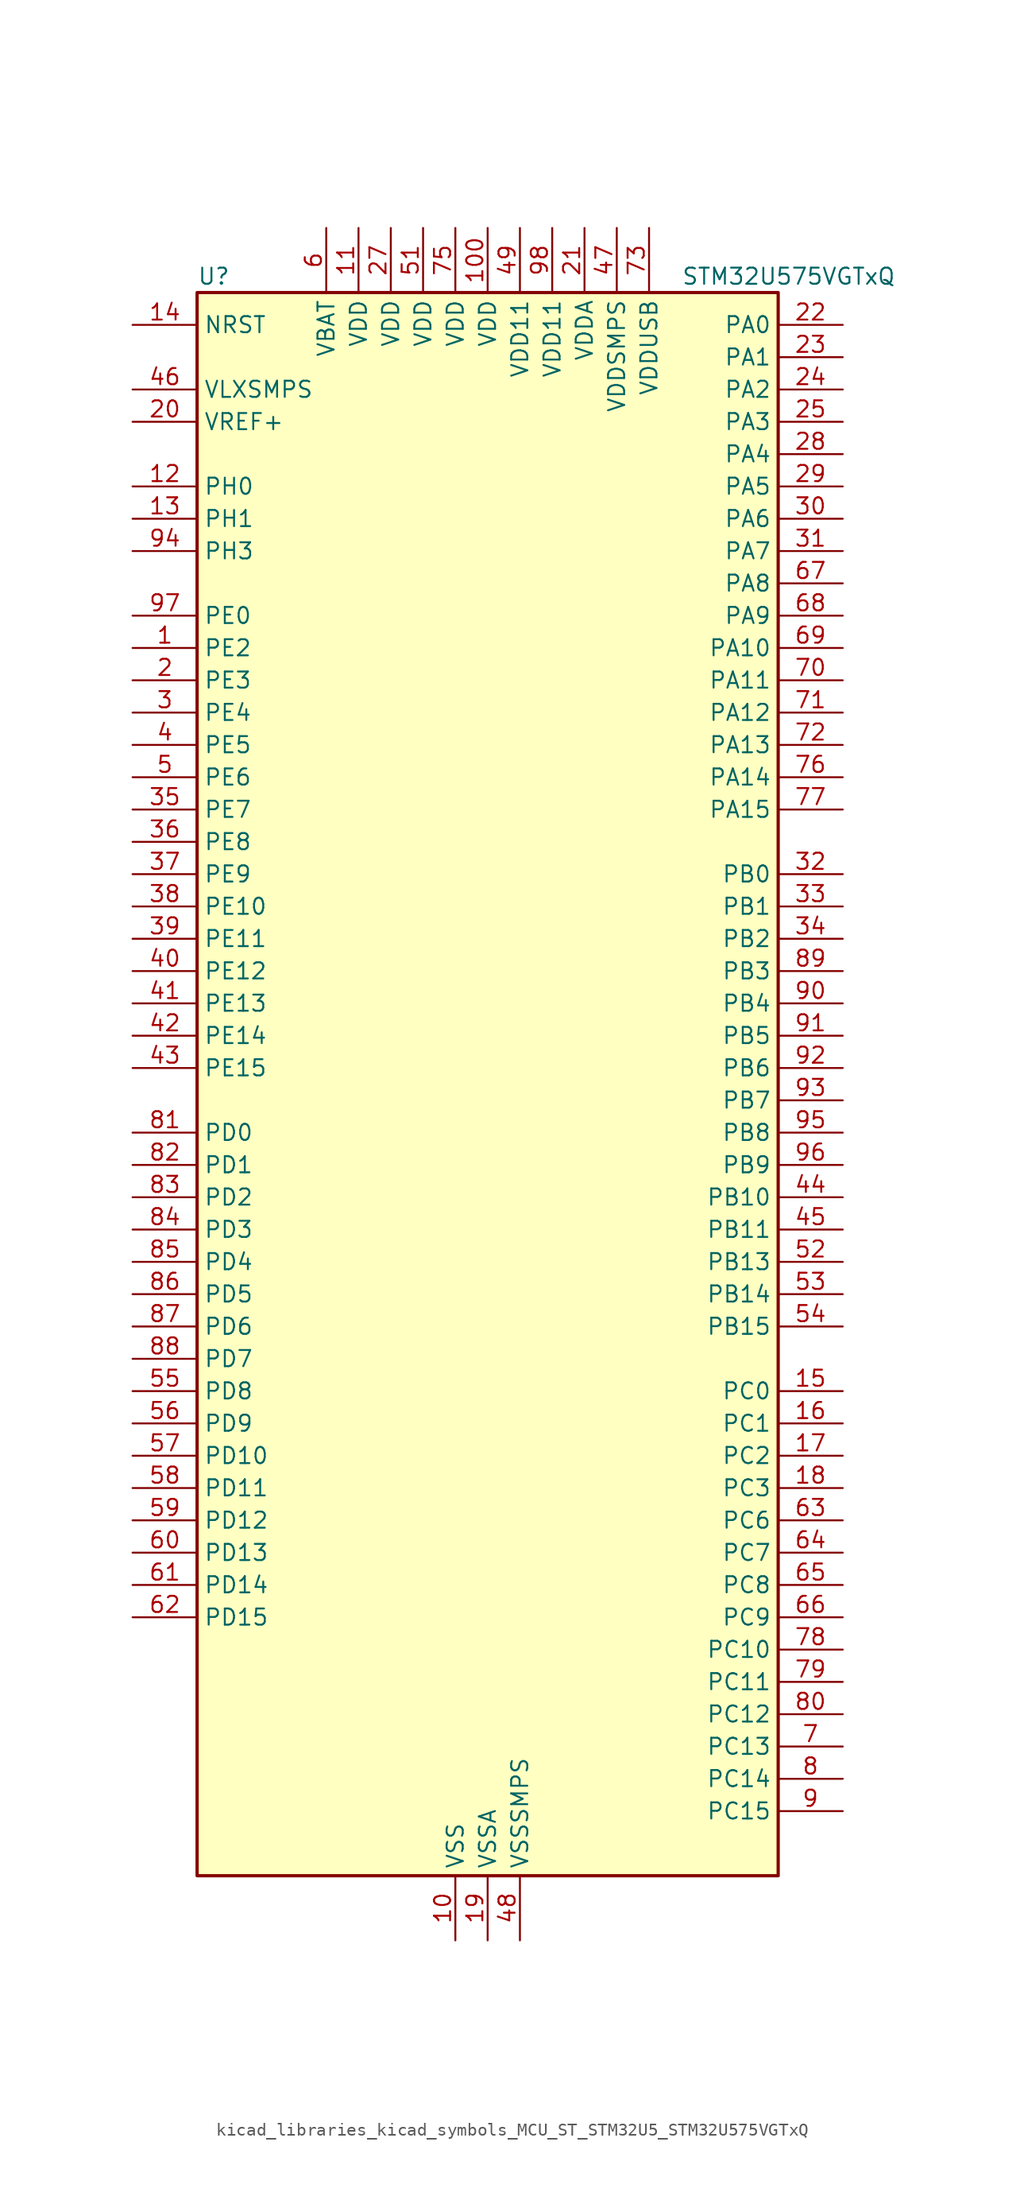
<source format=kicad_sym>
(kicad_symbol_lib
  (version 20220914)
  (generator kicad_symbol_editor)
  (symbol "kicad_libraries_kicad_symbols_MCU_ST_STM32U5_STM32U575VGTxQ"
    (property "Reference" "U"
      (at -22.86 64.77 0)
      (effects (font (size 1.27 1.27)) (justify left)))
    (property "Value" "STM32U575VGTxQ"
      (at 15.24 64.77 0)
      (effects (font (size 1.27 1.27)) (justify left)))
    (property "ki_locked" ""
      (at 0 0 0)
      (effects (font (size 1.27 1.27))))
    (symbol "kicad_libraries_kicad_symbols_MCU_ST_STM32U5_STM32U575VGTxQ_0_1"
      (rectangle (start -22.86 -60.96) (end 22.86 63.5) (stroke (width 0.254) (type default)) (fill (type background))))
    (symbol "kicad_libraries_kicad_symbols_MCU_ST_STM32U5_STM32U575VGTxQ_1_1"
      (pin bidirectional line (at -27.94 35.56 0) (length 5.08) (name "PE2" (effects (font (size 1.27 1.27)))) (number "1" (effects (font (size 1.27 1.27)))) (alternate "DEBUG_TRACECLK" bidirectional line) (alternate "FMC_A23" bidirectional line) (alternate "SAI1_CK1" bidirectional line) (alternate "SAI1_MCLK_A" bidirectional line) (alternate "TIM3_ETR" bidirectional line) (alternate "TSC_G7_IO1" bidirectional line))
      (pin power_in line (at -2.54 -66.04 90) (length 5.08) (name "VSS" (effects (font (size 1.27 1.27)))) (number "10" (effects (font (size 1.27 1.27)))))
      (pin power_in line (at 0 68.58 270) (length 5.08) (name "VDD" (effects (font (size 1.27 1.27)))) (number "100" (effects (font (size 1.27 1.27)))))
      (pin power_in line (at -10.16 68.58 270) (length 5.08) (name "VDD" (effects (font (size 1.27 1.27)))) (number "11" (effects (font (size 1.27 1.27)))))
      (pin bidirectional line (at -27.94 48.26 0) (length 5.08) (name "PH0" (effects (font (size 1.27 1.27)))) (number "12" (effects (font (size 1.27 1.27)))) (alternate "RCC_OSC_IN" bidirectional line))
      (pin bidirectional line (at -27.94 45.72 0) (length 5.08) (name "PH1" (effects (font (size 1.27 1.27)))) (number "13" (effects (font (size 1.27 1.27)))) (alternate "RCC_OSC_OUT" bidirectional line))
      (pin input line (at -27.94 60.96 0) (length 5.08) (name "NRST" (effects (font (size 1.27 1.27)))) (number "14" (effects (font (size 1.27 1.27)))))
      (pin bidirectional line (at 27.94 -22.86 180) (length 5.08) (name "PC0" (effects (font (size 1.27 1.27)))) (number "15" (effects (font (size 1.27 1.27)))) (alternate "ADC1_IN1" bidirectional line) (alternate "ADC4_IN1" bidirectional line) (alternate "I2C3_SCL" bidirectional line) (alternate "LPTIM1_IN1" bidirectional line) (alternate "LPTIM2_IN1" bidirectional line) (alternate "LPUART1_RX" bidirectional line) (alternate "MDF1_SDI4" bidirectional line) (alternate "OCTOSPIM_P1_IO7" bidirectional line) (alternate "SAI2_FS_A" bidirectional line) (alternate "SDMMC1_D5" bidirectional line) (alternate "SPI2_RDY" bidirectional line))
      (pin bidirectional line (at 27.94 -25.4 180) (length 5.08) (name "PC1" (effects (font (size 1.27 1.27)))) (number "16" (effects (font (size 1.27 1.27)))) (alternate "ADC1_IN2" bidirectional line) (alternate "ADC4_IN2" bidirectional line) (alternate "DEBUG_TRACED0" bidirectional line) (alternate "I2C3_SDA" bidirectional line) (alternate "LPTIM1_CH1" bidirectional line) (alternate "LPUART1_TX" bidirectional line) (alternate "MDF1_CKI4" bidirectional line) (alternate "OCTOSPIM_P1_IO4" bidirectional line) (alternate "SAI1_SD_A" bidirectional line) (alternate "SDMMC2_CK" bidirectional line) (alternate "SPI2_MOSI" bidirectional line))
      (pin bidirectional line (at 27.94 -27.94 180) (length 5.08) (name "PC2" (effects (font (size 1.27 1.27)))) (number "17" (effects (font (size 1.27 1.27)))) (alternate "ADC1_IN3" bidirectional line) (alternate "ADC4_IN3" bidirectional line) (alternate "LPTIM1_IN2" bidirectional line) (alternate "MDF1_CCK1" bidirectional line) (alternate "OCTOSPIM_P1_IO5" bidirectional line) (alternate "SPI2_MISO" bidirectional line))
      (pin bidirectional line (at 27.94 -30.48 180) (length 5.08) (name "PC3" (effects (font (size 1.27 1.27)))) (number "18" (effects (font (size 1.27 1.27)))) (alternate "ADC1_IN4" bidirectional line) (alternate "ADC4_IN4" bidirectional line) (alternate "LPTIM1_ETR" bidirectional line) (alternate "LPTIM2_ETR" bidirectional line) (alternate "LPTIM3_CH1" bidirectional line) (alternate "OCTOSPIM_P1_IO6" bidirectional line) (alternate "SAI1_D1" bidirectional line) (alternate "SAI1_SD_A" bidirectional line) (alternate "SPI2_MOSI" bidirectional line))
      (pin power_in line (at 0 -66.04 90) (length 5.08) (name "VSSA" (effects (font (size 1.27 1.27)))) (number "19" (effects (font (size 1.27 1.27)))))
      (pin bidirectional line (at -27.94 33.02 0) (length 5.08) (name "PE3" (effects (font (size 1.27 1.27)))) (number "2" (effects (font (size 1.27 1.27)))) (alternate "DEBUG_TRACED0" bidirectional line) (alternate "FMC_A19" bidirectional line) (alternate "OCTOSPIM_P1_DQS" bidirectional line) (alternate "SAI1_SD_B" bidirectional line) (alternate "TAMP_IN6" bidirectional line) (alternate "TAMP_OUT3" bidirectional line) (alternate "TIM3_CH1" bidirectional line) (alternate "TSC_G7_IO2" bidirectional line))
      (pin input line (at -27.94 53.34 0) (length 5.08) (name "VREF+" (effects (font (size 1.27 1.27)))) (number "20" (effects (font (size 1.27 1.27)))) (alternate "VREFBUF_OUT" bidirectional line))
      (pin power_in line (at 7.62 68.58 270) (length 5.08) (name "VDDA" (effects (font (size 1.27 1.27)))) (number "21" (effects (font (size 1.27 1.27)))))
      (pin bidirectional line (at 27.94 60.96 180) (length 5.08) (name "PA0" (effects (font (size 1.27 1.27)))) (number "22" (effects (font (size 1.27 1.27)))) (alternate "ADC1_IN5" bidirectional line) (alternate "AUDIOCLK" bidirectional line) (alternate "OCTOSPIM_P2_NCS" bidirectional line) (alternate "OPAMP1_VINP" bidirectional line) (alternate "PWR_WKUP1" bidirectional line) (alternate "SDMMC2_CMD" bidirectional line) (alternate "SPI3_RDY" bidirectional line) (alternate "TAMP_IN2" bidirectional line) (alternate "TAMP_OUT1" bidirectional line) (alternate "TIM2_CH1" bidirectional line) (alternate "TIM2_ETR" bidirectional line) (alternate "TIM5_CH1" bidirectional line) (alternate "TIM8_ETR" bidirectional line) (alternate "UART4_TX" bidirectional line) (alternate "USART2_CTS" bidirectional line))
      (pin bidirectional line (at 27.94 58.42 180) (length 5.08) (name "PA1" (effects (font (size 1.27 1.27)))) (number "23" (effects (font (size 1.27 1.27)))) (alternate "ADC1_IN6" bidirectional line) (alternate "I2C1_SMBA" bidirectional line) (alternate "LPTIM1_CH2" bidirectional line) (alternate "OCTOSPIM_P1_DQS" bidirectional line) (alternate "OPAMP1_VINM" bidirectional line) (alternate "PWR_WKUP3" bidirectional line) (alternate "SPI1_SCK" bidirectional line) (alternate "TAMP_IN5" bidirectional line) (alternate "TAMP_OUT4" bidirectional line) (alternate "TIM15_CH1N" bidirectional line) (alternate "TIM2_CH2" bidirectional line) (alternate "TIM5_CH2" bidirectional line) (alternate "UART4_RX" bidirectional line) (alternate "USART2_DE" bidirectional line) (alternate "USART2_RTS" bidirectional line))
      (pin bidirectional line (at 27.94 55.88 180) (length 5.08) (name "PA2" (effects (font (size 1.27 1.27)))) (number "24" (effects (font (size 1.27 1.27)))) (alternate "ADC1_IN7" bidirectional line) (alternate "COMP1_INP" bidirectional line) (alternate "LPUART1_TX" bidirectional line) (alternate "OCTOSPIM_P1_NCS" bidirectional line) (alternate "PWR_WKUP4" bidirectional line) (alternate "RCC_LSCO" bidirectional line) (alternate "SPI1_RDY" bidirectional line) (alternate "TIM15_CH1" bidirectional line) (alternate "TIM2_CH3" bidirectional line) (alternate "TIM5_CH3" bidirectional line) (alternate "UCPD1_FRSTX1" bidirectional line) (alternate "USART2_TX" bidirectional line))
      (pin bidirectional line (at 27.94 53.34 180) (length 5.08) (name "PA3" (effects (font (size 1.27 1.27)))) (number "25" (effects (font (size 1.27 1.27)))) (alternate "ADC1_IN8" bidirectional line) (alternate "LPUART1_RX" bidirectional line) (alternate "OCTOSPIM_P1_CLK" bidirectional line) (alternate "OPAMP1_VOUT" bidirectional line) (alternate "PWR_WKUP5" bidirectional line) (alternate "SAI1_CK1" bidirectional line) (alternate "SAI1_MCLK_A" bidirectional line) (alternate "TIM15_CH2" bidirectional line) (alternate "TIM2_CH4" bidirectional line) (alternate "TIM5_CH4" bidirectional line) (alternate "USART2_RX" bidirectional line))
      (pin passive line (at -2.54 -66.04 90) (length 5.08) hide (name "VSS" (effects (font (size 1.27 1.27)))) (number "26" (effects (font (size 1.27 1.27)))))
      (pin power_in line (at -7.62 68.58 270) (length 5.08) (name "VDD" (effects (font (size 1.27 1.27)))) (number "27" (effects (font (size 1.27 1.27)))))
      (pin bidirectional line (at 27.94 50.8 180) (length 5.08) (name "PA4" (effects (font (size 1.27 1.27)))) (number "28" (effects (font (size 1.27 1.27)))) (alternate "ADC1_IN9" bidirectional line) (alternate "ADC4_IN9" bidirectional line) (alternate "DAC1_OUT1" bidirectional line) (alternate "DCMI_HSYNC" bidirectional line) (alternate "LPTIM2_CH1" bidirectional line) (alternate "OCTOSPIM_P1_NCS" bidirectional line) (alternate "PSSI_DE" bidirectional line) (alternate "PWR_WKUP2" bidirectional line) (alternate "SAI1_FS_B" bidirectional line) (alternate "SPI1_NSS" bidirectional line) (alternate "SPI3_NSS" bidirectional line) (alternate "USART2_CK" bidirectional line))
      (pin bidirectional line (at 27.94 48.26 180) (length 5.08) (name "PA5" (effects (font (size 1.27 1.27)))) (number "29" (effects (font (size 1.27 1.27)))) (alternate "ADC1_IN10" bidirectional line) (alternate "ADC4_IN10" bidirectional line) (alternate "DAC1_OUT2" bidirectional line) (alternate "LPTIM2_ETR" bidirectional line) (alternate "PSSI_D14" bidirectional line) (alternate "PWR_CSLEEP" bidirectional line) (alternate "PWR_WKUP6" bidirectional line) (alternate "SPI1_SCK" bidirectional line) (alternate "TIM2_CH1" bidirectional line) (alternate "TIM2_ETR" bidirectional line) (alternate "TIM8_CH1N" bidirectional line) (alternate "USART3_RX" bidirectional line))
      (pin bidirectional line (at -27.94 30.48 0) (length 5.08) (name "PE4" (effects (font (size 1.27 1.27)))) (number "3" (effects (font (size 1.27 1.27)))) (alternate "DCMI_D4" bidirectional line) (alternate "DEBUG_TRACED1" bidirectional line) (alternate "FMC_A20" bidirectional line) (alternate "MDF1_SDI3" bidirectional line) (alternate "PSSI_D4" bidirectional line) (alternate "PWR_WKUP1" bidirectional line) (alternate "SAI1_D2" bidirectional line) (alternate "SAI1_FS_A" bidirectional line) (alternate "TAMP_IN7" bidirectional line) (alternate "TAMP_OUT8" bidirectional line) (alternate "TIM3_CH2" bidirectional line) (alternate "TSC_G7_IO3" bidirectional line))
      (pin bidirectional line (at 27.94 45.72 180) (length 5.08) (name "PA6" (effects (font (size 1.27 1.27)))) (number "30" (effects (font (size 1.27 1.27)))) (alternate "ADC1_IN11" bidirectional line) (alternate "ADC4_IN11" bidirectional line) (alternate "DCMI_PIXCLK" bidirectional line) (alternate "LPUART1_CTS" bidirectional line) (alternate "OCTOSPIM_P1_IO3" bidirectional line) (alternate "OPAMP2_VINP" bidirectional line) (alternate "PSSI_PDCK" bidirectional line) (alternate "PWR_CDSTOP" bidirectional line) (alternate "PWR_WKUP7" bidirectional line) (alternate "SPI1_MISO" bidirectional line) (alternate "TIM16_CH1" bidirectional line) (alternate "TIM1_BKIN" bidirectional line) (alternate "TIM3_CH1" bidirectional line) (alternate "TIM8_BKIN" bidirectional line) (alternate "USART3_CTS" bidirectional line))
      (pin bidirectional line (at 27.94 43.18 180) (length 5.08) (name "PA7" (effects (font (size 1.27 1.27)))) (number "31" (effects (font (size 1.27 1.27)))) (alternate "ADC1_IN12" bidirectional line) (alternate "ADC4_IN20" bidirectional line) (alternate "I2C3_SCL" bidirectional line) (alternate "LPTIM2_CH2" bidirectional line) (alternate "OCTOSPIM_P1_IO2" bidirectional line) (alternate "OPAMP2_VINM" bidirectional line) (alternate "PWR_SRDSTOP" bidirectional line) (alternate "PWR_WKUP8" bidirectional line) (alternate "SPI1_MOSI" bidirectional line) (alternate "TIM17_CH1" bidirectional line) (alternate "TIM1_CH1N" bidirectional line) (alternate "TIM3_CH2" bidirectional line) (alternate "TIM8_CH1N" bidirectional line) (alternate "USART3_TX" bidirectional line))
      (pin bidirectional line (at 27.94 17.78 180) (length 5.08) (name "PB0" (effects (font (size 1.27 1.27)))) (number "32" (effects (font (size 1.27 1.27)))) (alternate "ADC1_IN15" bidirectional line) (alternate "ADC4_IN18" bidirectional line) (alternate "AUDIOCLK" bidirectional line) (alternate "COMP1_OUT" bidirectional line) (alternate "LPTIM3_CH1" bidirectional line) (alternate "OCTOSPIM_P1_IO1" bidirectional line) (alternate "OPAMP2_VOUT" bidirectional line) (alternate "SPI1_NSS" bidirectional line) (alternate "TIM1_CH2N" bidirectional line) (alternate "TIM3_CH3" bidirectional line) (alternate "TIM8_CH2N" bidirectional line) (alternate "USART3_CK" bidirectional line))
      (pin bidirectional line (at 27.94 15.24 180) (length 5.08) (name "PB1" (effects (font (size 1.27 1.27)))) (number "33" (effects (font (size 1.27 1.27)))) (alternate "ADC1_IN16" bidirectional line) (alternate "ADC4_IN19" bidirectional line) (alternate "COMP1_INM" bidirectional line) (alternate "LPTIM2_IN1" bidirectional line) (alternate "LPTIM3_CH2" bidirectional line) (alternate "LPUART1_DE" bidirectional line) (alternate "LPUART1_RTS" bidirectional line) (alternate "MDF1_SDI0" bidirectional line) (alternate "OCTOSPIM_P1_IO0" bidirectional line) (alternate "PWR_WKUP4" bidirectional line) (alternate "TIM1_CH3N" bidirectional line) (alternate "TIM3_CH4" bidirectional line) (alternate "TIM8_CH3N" bidirectional line) (alternate "USART3_DE" bidirectional line) (alternate "USART3_RTS" bidirectional line))
      (pin bidirectional line (at 27.94 12.7 180) (length 5.08) (name "PB2" (effects (font (size 1.27 1.27)))) (number "34" (effects (font (size 1.27 1.27)))) (alternate "ADC1_IN17" bidirectional line) (alternate "COMP1_INP" bidirectional line) (alternate "I2C3_SMBA" bidirectional line) (alternate "LPTIM1_CH1" bidirectional line) (alternate "MDF1_CKI0" bidirectional line) (alternate "OCTOSPIM_P1_DQS" bidirectional line) (alternate "PWR_WKUP1" bidirectional line) (alternate "RTC_OUT2" bidirectional line) (alternate "SPI1_RDY" bidirectional line) (alternate "TIM8_CH4N" bidirectional line) (alternate "UCPD1_FRSTX1" bidirectional line))
      (pin bidirectional line (at -27.94 22.86 0) (length 5.08) (name "PE7" (effects (font (size 1.27 1.27)))) (number "35" (effects (font (size 1.27 1.27)))) (alternate "FMC_D4" bidirectional line) (alternate "FMC_DA4" bidirectional line) (alternate "MDF1_SDI2" bidirectional line) (alternate "PWR_WKUP6" bidirectional line) (alternate "SAI1_SD_B" bidirectional line) (alternate "TIM1_ETR" bidirectional line))
      (pin bidirectional line (at -27.94 20.32 0) (length 5.08) (name "PE8" (effects (font (size 1.27 1.27)))) (number "36" (effects (font (size 1.27 1.27)))) (alternate "FMC_D5" bidirectional line) (alternate "FMC_DA5" bidirectional line) (alternate "MDF1_CKI2" bidirectional line) (alternate "PWR_WKUP7" bidirectional line) (alternate "SAI1_SCK_B" bidirectional line) (alternate "TIM1_CH1N" bidirectional line))
      (pin bidirectional line (at -27.94 17.78 0) (length 5.08) (name "PE9" (effects (font (size 1.27 1.27)))) (number "37" (effects (font (size 1.27 1.27)))) (alternate "ADF1_CCK0" bidirectional line) (alternate "DAC1_EXTI9" bidirectional line) (alternate "FMC_D6" bidirectional line) (alternate "FMC_DA6" bidirectional line) (alternate "MDF1_CCK0" bidirectional line) (alternate "OCTOSPIM_P1_NCLK" bidirectional line) (alternate "SAI1_FS_B" bidirectional line) (alternate "TIM1_CH1" bidirectional line))
      (pin bidirectional line (at -27.94 15.24 0) (length 5.08) (name "PE10" (effects (font (size 1.27 1.27)))) (number "38" (effects (font (size 1.27 1.27)))) (alternate "ADF1_SDI0" bidirectional line) (alternate "FMC_D7" bidirectional line) (alternate "FMC_DA7" bidirectional line) (alternate "MDF1_SDI4" bidirectional line) (alternate "OCTOSPIM_P1_CLK" bidirectional line) (alternate "SAI1_MCLK_B" bidirectional line) (alternate "TIM1_CH2N" bidirectional line) (alternate "TSC_G5_IO1" bidirectional line))
      (pin bidirectional line (at -27.94 12.7 0) (length 5.08) (name "PE11" (effects (font (size 1.27 1.27)))) (number "39" (effects (font (size 1.27 1.27)))) (alternate "ADC1_EXTI11" bidirectional line) (alternate "FMC_D8" bidirectional line) (alternate "FMC_DA8" bidirectional line) (alternate "MDF1_CKI4" bidirectional line) (alternate "OCTOSPIM_P1_NCS" bidirectional line) (alternate "SPI1_RDY" bidirectional line) (alternate "TIM1_CH2" bidirectional line) (alternate "TSC_G5_IO2" bidirectional line))
      (pin bidirectional line (at -27.94 27.94 0) (length 5.08) (name "PE5" (effects (font (size 1.27 1.27)))) (number "4" (effects (font (size 1.27 1.27)))) (alternate "DCMI_D6" bidirectional line) (alternate "DEBUG_TRACED2" bidirectional line) (alternate "FMC_A21" bidirectional line) (alternate "MDF1_CKI3" bidirectional line) (alternate "PSSI_D6" bidirectional line) (alternate "PWR_WKUP2" bidirectional line) (alternate "SAI1_CK2" bidirectional line) (alternate "SAI1_SCK_A" bidirectional line) (alternate "TAMP_IN8" bidirectional line) (alternate "TAMP_OUT7" bidirectional line) (alternate "TIM3_CH3" bidirectional line) (alternate "TSC_G7_IO4" bidirectional line))
      (pin bidirectional line (at -27.94 10.16 0) (length 5.08) (name "PE12" (effects (font (size 1.27 1.27)))) (number "40" (effects (font (size 1.27 1.27)))) (alternate "FMC_D9" bidirectional line) (alternate "FMC_DA9" bidirectional line) (alternate "MDF1_SDI5" bidirectional line) (alternate "OCTOSPIM_P1_IO0" bidirectional line) (alternate "SPI1_NSS" bidirectional line) (alternate "TIM1_CH3N" bidirectional line) (alternate "TSC_G5_IO3" bidirectional line))
      (pin bidirectional line (at -27.94 7.62 0) (length 5.08) (name "PE13" (effects (font (size 1.27 1.27)))) (number "41" (effects (font (size 1.27 1.27)))) (alternate "FMC_D10" bidirectional line) (alternate "FMC_DA10" bidirectional line) (alternate "MDF1_CKI5" bidirectional line) (alternate "OCTOSPIM_P1_IO1" bidirectional line) (alternate "SPI1_SCK" bidirectional line) (alternate "TIM1_CH3" bidirectional line) (alternate "TSC_G5_IO4" bidirectional line))
      (pin bidirectional line (at -27.94 5.08 0) (length 5.08) (name "PE14" (effects (font (size 1.27 1.27)))) (number "42" (effects (font (size 1.27 1.27)))) (alternate "FMC_D11" bidirectional line) (alternate "FMC_DA11" bidirectional line) (alternate "OCTOSPIM_P1_IO2" bidirectional line) (alternate "SPI1_MISO" bidirectional line) (alternate "TIM1_BKIN2" bidirectional line) (alternate "TIM1_CH4" bidirectional line))
      (pin bidirectional line (at -27.94 2.54 0) (length 5.08) (name "PE15" (effects (font (size 1.27 1.27)))) (number "43" (effects (font (size 1.27 1.27)))) (alternate "ADC1_EXTI15" bidirectional line) (alternate "ADC4_EXTI15" bidirectional line) (alternate "FMC_D12" bidirectional line) (alternate "FMC_DA12" bidirectional line) (alternate "OCTOSPIM_P1_IO3" bidirectional line) (alternate "SPI1_MOSI" bidirectional line) (alternate "TIM1_BKIN" bidirectional line) (alternate "TIM1_CH4N" bidirectional line))
      (pin bidirectional line (at 27.94 -7.62 180) (length 5.08) (name "PB10" (effects (font (size 1.27 1.27)))) (number "44" (effects (font (size 1.27 1.27)))) (alternate "COMP1_OUT" bidirectional line) (alternate "I2C2_SCL" bidirectional line) (alternate "I2C4_SCL" bidirectional line) (alternate "LPTIM3_CH1" bidirectional line) (alternate "LPUART1_RX" bidirectional line) (alternate "OCTOSPIM_P1_CLK" bidirectional line) (alternate "PWR_WKUP8" bidirectional line) (alternate "SAI1_SCK_A" bidirectional line) (alternate "SPI2_SCK" bidirectional line) (alternate "TIM2_CH3" bidirectional line) (alternate "TSC_SYNC" bidirectional line) (alternate "USART3_TX" bidirectional line))
      (pin bidirectional line (at 27.94 -10.16 180) (length 5.08) (name "PB11" (effects (font (size 1.27 1.27)))) (number "45" (effects (font (size 1.27 1.27)))) (alternate "ADC1_EXTI11" bidirectional line) (alternate "COMP2_OUT" bidirectional line) (alternate "I2C2_SDA" bidirectional line) (alternate "I2C4_SDA" bidirectional line) (alternate "LPUART1_TX" bidirectional line) (alternate "OCTOSPIM_P1_NCS" bidirectional line) (alternate "SPI2_RDY" bidirectional line) (alternate "TIM2_CH4" bidirectional line) (alternate "USART3_RX" bidirectional line))
      (pin power_in line (at -27.94 55.88 0) (length 5.08) (name "VLXSMPS" (effects (font (size 1.27 1.27)))) (number "46" (effects (font (size 1.27 1.27)))))
      (pin power_in line (at 10.16 68.58 270) (length 5.08) (name "VDDSMPS" (effects (font (size 1.27 1.27)))) (number "47" (effects (font (size 1.27 1.27)))))
      (pin power_in line (at 2.54 -66.04 90) (length 5.08) (name "VSSSMPS" (effects (font (size 1.27 1.27)))) (number "48" (effects (font (size 1.27 1.27)))))
      (pin power_in line (at 2.54 68.58 270) (length 5.08) (name "VDD11" (effects (font (size 1.27 1.27)))) (number "49" (effects (font (size 1.27 1.27)))))
      (pin bidirectional line (at -27.94 25.4 0) (length 5.08) (name "PE6" (effects (font (size 1.27 1.27)))) (number "5" (effects (font (size 1.27 1.27)))) (alternate "DCMI_D7" bidirectional line) (alternate "DEBUG_TRACED3" bidirectional line) (alternate "FMC_A22" bidirectional line) (alternate "PSSI_D7" bidirectional line) (alternate "PWR_WKUP3" bidirectional line) (alternate "SAI1_D1" bidirectional line) (alternate "SAI1_SD_A" bidirectional line) (alternate "TAMP_IN3" bidirectional line) (alternate "TAMP_OUT6" bidirectional line) (alternate "TIM3_CH4" bidirectional line))
      (pin passive line (at -2.54 -66.04 90) (length 5.08) hide (name "VSS" (effects (font (size 1.27 1.27)))) (number "50" (effects (font (size 1.27 1.27)))))
      (pin power_in line (at -5.08 68.58 270) (length 5.08) (name "VDD" (effects (font (size 1.27 1.27)))) (number "51" (effects (font (size 1.27 1.27)))))
      (pin bidirectional line (at 27.94 -12.7 180) (length 5.08) (name "PB13" (effects (font (size 1.27 1.27)))) (number "52" (effects (font (size 1.27 1.27)))) (alternate "I2C2_SCL" bidirectional line) (alternate "LPTIM3_IN1" bidirectional line) (alternate "LPUART1_CTS" bidirectional line) (alternate "MDF1_CKI1" bidirectional line) (alternate "SAI2_SCK_A" bidirectional line) (alternate "SPI2_SCK" bidirectional line) (alternate "TIM15_CH1N" bidirectional line) (alternate "TIM1_CH1N" bidirectional line) (alternate "TSC_G1_IO2" bidirectional line) (alternate "USART3_CTS" bidirectional line))
      (pin bidirectional line (at 27.94 -15.24 180) (length 5.08) (name "PB14" (effects (font (size 1.27 1.27)))) (number "53" (effects (font (size 1.27 1.27)))) (alternate "I2C2_SDA" bidirectional line) (alternate "LPTIM3_ETR" bidirectional line) (alternate "MDF1_SDI2" bidirectional line) (alternate "SAI2_MCLK_A" bidirectional line) (alternate "SDMMC2_D0" bidirectional line) (alternate "SPI2_MISO" bidirectional line) (alternate "TIM15_CH1" bidirectional line) (alternate "TIM1_CH2N" bidirectional line) (alternate "TIM8_CH2N" bidirectional line) (alternate "TSC_G1_IO3" bidirectional line) (alternate "UCPD1_DBCC2" bidirectional line) (alternate "USART3_DE" bidirectional line) (alternate "USART3_RTS" bidirectional line))
      (pin bidirectional line (at 27.94 -17.78 180) (length 5.08) (name "PB15" (effects (font (size 1.27 1.27)))) (number "54" (effects (font (size 1.27 1.27)))) (alternate "ADC1_EXTI15" bidirectional line) (alternate "ADC4_EXTI15" bidirectional line) (alternate "FMC_NBL1" bidirectional line) (alternate "LPTIM2_IN2" bidirectional line) (alternate "MDF1_CKI2" bidirectional line) (alternate "PWR_WKUP7" bidirectional line) (alternate "RTC_REFIN" bidirectional line) (alternate "SAI2_SD_A" bidirectional line) (alternate "SDMMC2_D1" bidirectional line) (alternate "SPI2_MOSI" bidirectional line) (alternate "TIM15_CH2" bidirectional line) (alternate "TIM1_CH3N" bidirectional line) (alternate "TIM8_CH3N" bidirectional line) (alternate "UCPD1_CC2" bidirectional line))
      (pin bidirectional line (at -27.94 -22.86 0) (length 5.08) (name "PD8" (effects (font (size 1.27 1.27)))) (number "55" (effects (font (size 1.27 1.27)))) (alternate "DCMI_HSYNC" bidirectional line) (alternate "FMC_D13" bidirectional line) (alternate "FMC_DA13" bidirectional line) (alternate "PSSI_DE" bidirectional line) (alternate "USART3_TX" bidirectional line))
      (pin bidirectional line (at -27.94 -25.4 0) (length 5.08) (name "PD9" (effects (font (size 1.27 1.27)))) (number "56" (effects (font (size 1.27 1.27)))) (alternate "DAC1_EXTI9" bidirectional line) (alternate "DCMI_PIXCLK" bidirectional line) (alternate "FMC_D14" bidirectional line) (alternate "FMC_DA14" bidirectional line) (alternate "LPTIM2_IN2" bidirectional line) (alternate "LPTIM3_IN1" bidirectional line) (alternate "PSSI_PDCK" bidirectional line) (alternate "SAI2_MCLK_A" bidirectional line) (alternate "USART3_RX" bidirectional line))
      (pin bidirectional line (at -27.94 -27.94 0) (length 5.08) (name "PD10" (effects (font (size 1.27 1.27)))) (number "57" (effects (font (size 1.27 1.27)))) (alternate "FMC_D15" bidirectional line) (alternate "FMC_DA15" bidirectional line) (alternate "LPTIM2_CH2" bidirectional line) (alternate "LPTIM3_ETR" bidirectional line) (alternate "SAI2_SCK_A" bidirectional line) (alternate "TSC_G6_IO1" bidirectional line) (alternate "USART3_CK" bidirectional line))
      (pin bidirectional line (at -27.94 -30.48 0) (length 5.08) (name "PD11" (effects (font (size 1.27 1.27)))) (number "58" (effects (font (size 1.27 1.27)))) (alternate "ADC1_EXTI11" bidirectional line) (alternate "ADC4_IN15" bidirectional line) (alternate "FMC_A16" bidirectional line) (alternate "FMC_CLE" bidirectional line) (alternate "I2C4_SMBA" bidirectional line) (alternate "LPTIM2_ETR" bidirectional line) (alternate "SAI2_SD_A" bidirectional line) (alternate "TSC_G6_IO2" bidirectional line) (alternate "USART3_CTS" bidirectional line))
      (pin bidirectional line (at -27.94 -33.02 0) (length 5.08) (name "PD12" (effects (font (size 1.27 1.27)))) (number "59" (effects (font (size 1.27 1.27)))) (alternate "ADC4_IN16" bidirectional line) (alternate "FMC_A17" bidirectional line) (alternate "FMC_ALE" bidirectional line) (alternate "I2C4_SCL" bidirectional line) (alternate "LPTIM2_IN1" bidirectional line) (alternate "SAI2_FS_A" bidirectional line) (alternate "TIM4_CH1" bidirectional line) (alternate "TSC_G6_IO3" bidirectional line) (alternate "USART3_DE" bidirectional line) (alternate "USART3_RTS" bidirectional line))
      (pin power_in line (at -12.7 68.58 270) (length 5.08) (name "VBAT" (effects (font (size 1.27 1.27)))) (number "6" (effects (font (size 1.27 1.27)))))
      (pin bidirectional line (at -27.94 -35.56 0) (length 5.08) (name "PD13" (effects (font (size 1.27 1.27)))) (number "60" (effects (font (size 1.27 1.27)))) (alternate "ADC4_IN17" bidirectional line) (alternate "FMC_A18" bidirectional line) (alternate "I2C4_SDA" bidirectional line) (alternate "LPTIM2_CH1" bidirectional line) (alternate "LPTIM4_IN1" bidirectional line) (alternate "TIM4_CH2" bidirectional line) (alternate "TSC_G6_IO4" bidirectional line))
      (pin bidirectional line (at -27.94 -38.1 0) (length 5.08) (name "PD14" (effects (font (size 1.27 1.27)))) (number "61" (effects (font (size 1.27 1.27)))) (alternate "FMC_D0" bidirectional line) (alternate "FMC_DA0" bidirectional line) (alternate "LPTIM3_CH1" bidirectional line) (alternate "TIM4_CH3" bidirectional line))
      (pin bidirectional line (at -27.94 -40.64 0) (length 5.08) (name "PD15" (effects (font (size 1.27 1.27)))) (number "62" (effects (font (size 1.27 1.27)))) (alternate "ADC1_EXTI15" bidirectional line) (alternate "ADC4_EXTI15" bidirectional line) (alternate "FMC_D1" bidirectional line) (alternate "FMC_DA1" bidirectional line) (alternate "LPTIM3_CH2" bidirectional line) (alternate "TIM4_CH4" bidirectional line))
      (pin bidirectional line (at 27.94 -33.02 180) (length 5.08) (name "PC6" (effects (font (size 1.27 1.27)))) (number "63" (effects (font (size 1.27 1.27)))) (alternate "DCMI_D0" bidirectional line) (alternate "MDF1_CKI3" bidirectional line) (alternate "PSSI_D0" bidirectional line) (alternate "PWR_CSLEEP" bidirectional line) (alternate "SAI2_MCLK_A" bidirectional line) (alternate "SDMMC1_D0DIR" bidirectional line) (alternate "SDMMC1_D6" bidirectional line) (alternate "SDMMC2_D6" bidirectional line) (alternate "TIM3_CH1" bidirectional line) (alternate "TIM8_CH1" bidirectional line) (alternate "TSC_G4_IO1" bidirectional line))
      (pin bidirectional line (at 27.94 -35.56 180) (length 5.08) (name "PC7" (effects (font (size 1.27 1.27)))) (number "64" (effects (font (size 1.27 1.27)))) (alternate "DCMI_D1" bidirectional line) (alternate "LPTIM2_CH2" bidirectional line) (alternate "MDF1_SDI3" bidirectional line) (alternate "PSSI_D1" bidirectional line) (alternate "PWR_CDSTOP" bidirectional line) (alternate "SAI2_MCLK_B" bidirectional line) (alternate "SDMMC1_D123DIR" bidirectional line) (alternate "SDMMC1_D7" bidirectional line) (alternate "SDMMC2_D7" bidirectional line) (alternate "TIM3_CH2" bidirectional line) (alternate "TIM8_CH2" bidirectional line) (alternate "TSC_G4_IO2" bidirectional line))
      (pin bidirectional line (at 27.94 -38.1 180) (length 5.08) (name "PC8" (effects (font (size 1.27 1.27)))) (number "65" (effects (font (size 1.27 1.27)))) (alternate "DCMI_D2" bidirectional line) (alternate "LPTIM3_CH1" bidirectional line) (alternate "PSSI_D2" bidirectional line) (alternate "PWR_SRDSTOP" bidirectional line) (alternate "SDMMC1_D0" bidirectional line) (alternate "TIM3_CH3" bidirectional line) (alternate "TIM8_CH3" bidirectional line) (alternate "TSC_G4_IO3" bidirectional line))
      (pin bidirectional line (at 27.94 -40.64 180) (length 5.08) (name "PC9" (effects (font (size 1.27 1.27)))) (number "66" (effects (font (size 1.27 1.27)))) (alternate "DAC1_EXTI9" bidirectional line) (alternate "DCMI_D3" bidirectional line) (alternate "DEBUG_TRACED0" bidirectional line) (alternate "LPTIM3_CH2" bidirectional line) (alternate "PSSI_D3" bidirectional line) (alternate "SDMMC1_D1" bidirectional line) (alternate "TIM3_CH4" bidirectional line) (alternate "TIM8_BKIN2" bidirectional line) (alternate "TIM8_CH4" bidirectional line) (alternate "TSC_G4_IO4" bidirectional line) (alternate "USB_OTG_FS_NOE" bidirectional line))
      (pin bidirectional line (at 27.94 40.64 180) (length 5.08) (name "PA8" (effects (font (size 1.27 1.27)))) (number "67" (effects (font (size 1.27 1.27)))) (alternate "DEBUG_TRACECLK" bidirectional line) (alternate "LPTIM2_CH1" bidirectional line) (alternate "RCC_MCO" bidirectional line) (alternate "SAI1_CK2" bidirectional line) (alternate "SAI1_SCK_A" bidirectional line) (alternate "SPI1_RDY" bidirectional line) (alternate "TIM1_CH1" bidirectional line) (alternate "USART1_CK" bidirectional line) (alternate "USB_OTG_FS_SOF" bidirectional line))
      (pin bidirectional line (at 27.94 38.1 180) (length 5.08) (name "PA9" (effects (font (size 1.27 1.27)))) (number "68" (effects (font (size 1.27 1.27)))) (alternate "DAC1_EXTI9" bidirectional line) (alternate "DCMI_D0" bidirectional line) (alternate "PSSI_D0" bidirectional line) (alternate "SAI1_FS_A" bidirectional line) (alternate "SPI2_SCK" bidirectional line) (alternate "TIM15_BKIN" bidirectional line) (alternate "TIM1_CH2" bidirectional line) (alternate "USART1_TX" bidirectional line) (alternate "USB_OTG_FS_VBUS" bidirectional line))
      (pin bidirectional line (at 27.94 35.56 180) (length 5.08) (name "PA10" (effects (font (size 1.27 1.27)))) (number "69" (effects (font (size 1.27 1.27)))) (alternate "CRS_SYNC" bidirectional line) (alternate "DCMI_D1" bidirectional line) (alternate "LPTIM2_IN2" bidirectional line) (alternate "PSSI_D1" bidirectional line) (alternate "SAI1_D1" bidirectional line) (alternate "SAI1_SD_A" bidirectional line) (alternate "TIM17_BKIN" bidirectional line) (alternate "TIM1_CH3" bidirectional line) (alternate "USART1_RX" bidirectional line) (alternate "USB_OTG_FS_ID" bidirectional line))
      (pin bidirectional line (at 27.94 -50.8 180) (length 5.08) (name "PC13" (effects (font (size 1.27 1.27)))) (number "7" (effects (font (size 1.27 1.27)))) (alternate "PWR_WKUP2" bidirectional line) (alternate "RTC_OUT1" bidirectional line) (alternate "RTC_TS" bidirectional line) (alternate "TAMP_IN1" bidirectional line) (alternate "TAMP_OUT2" bidirectional line))
      (pin bidirectional line (at 27.94 33.02 180) (length 5.08) (name "PA11" (effects (font (size 1.27 1.27)))) (number "70" (effects (font (size 1.27 1.27)))) (alternate "ADC1_EXTI11" bidirectional line) (alternate "FDCAN1_RX" bidirectional line) (alternate "SPI1_MISO" bidirectional line) (alternate "TIM1_BKIN2" bidirectional line) (alternate "TIM1_CH4" bidirectional line) (alternate "USART1_CTS" bidirectional line) (alternate "USB_OTG_FS_DM" bidirectional line))
      (pin bidirectional line (at 27.94 30.48 180) (length 5.08) (name "PA12" (effects (font (size 1.27 1.27)))) (number "71" (effects (font (size 1.27 1.27)))) (alternate "FDCAN1_TX" bidirectional line) (alternate "OCTOSPIM_P2_NCS" bidirectional line) (alternate "SPI1_MOSI" bidirectional line) (alternate "TIM1_ETR" bidirectional line) (alternate "USART1_DE" bidirectional line) (alternate "USART1_RTS" bidirectional line) (alternate "USB_OTG_FS_DP" bidirectional line))
      (pin bidirectional line (at 27.94 27.94 180) (length 5.08) (name "PA13" (effects (font (size 1.27 1.27)))) (number "72" (effects (font (size 1.27 1.27)))) (alternate "DEBUG_JTMS-SWDIO" bidirectional line) (alternate "IR_OUT" bidirectional line) (alternate "SAI1_SD_B" bidirectional line) (alternate "USB_OTG_FS_NOE" bidirectional line))
      (pin power_in line (at 12.7 68.58 270) (length 5.08) (name "VDDUSB" (effects (font (size 1.27 1.27)))) (number "73" (effects (font (size 1.27 1.27)))))
      (pin passive line (at -2.54 -66.04 90) (length 5.08) hide (name "VSS" (effects (font (size 1.27 1.27)))) (number "74" (effects (font (size 1.27 1.27)))))
      (pin power_in line (at -2.54 68.58 270) (length 5.08) (name "VDD" (effects (font (size 1.27 1.27)))) (number "75" (effects (font (size 1.27 1.27)))))
      (pin bidirectional line (at 27.94 25.4 180) (length 5.08) (name "PA14" (effects (font (size 1.27 1.27)))) (number "76" (effects (font (size 1.27 1.27)))) (alternate "DEBUG_JTCK-SWCLK" bidirectional line) (alternate "I2C1_SMBA" bidirectional line) (alternate "I2C4_SMBA" bidirectional line) (alternate "LPTIM1_CH1" bidirectional line) (alternate "SAI1_FS_B" bidirectional line) (alternate "USB_OTG_FS_SOF" bidirectional line))
      (pin bidirectional line (at 27.94 22.86 180) (length 5.08) (name "PA15" (effects (font (size 1.27 1.27)))) (number "77" (effects (font (size 1.27 1.27)))) (alternate "ADC1_EXTI15" bidirectional line) (alternate "ADC4_EXTI15" bidirectional line) (alternate "DEBUG_JTDI" bidirectional line) (alternate "SAI2_FS_B" bidirectional line) (alternate "SPI1_NSS" bidirectional line) (alternate "SPI3_NSS" bidirectional line) (alternate "TIM2_CH1" bidirectional line) (alternate "TIM2_ETR" bidirectional line) (alternate "UART4_DE" bidirectional line) (alternate "UART4_RTS" bidirectional line) (alternate "UCPD1_CC1" bidirectional line) (alternate "USART2_RX" bidirectional line) (alternate "USART3_DE" bidirectional line) (alternate "USART3_RTS" bidirectional line))
      (pin bidirectional line (at 27.94 -43.18 180) (length 5.08) (name "PC10" (effects (font (size 1.27 1.27)))) (number "78" (effects (font (size 1.27 1.27)))) (alternate "ADF1_CCK1" bidirectional line) (alternate "DCMI_D8" bidirectional line) (alternate "DEBUG_TRACED1" bidirectional line) (alternate "LPTIM3_ETR" bidirectional line) (alternate "PSSI_D8" bidirectional line) (alternate "SAI2_SCK_B" bidirectional line) (alternate "SDMMC1_D2" bidirectional line) (alternate "SPI3_SCK" bidirectional line) (alternate "TSC_G3_IO2" bidirectional line) (alternate "UART4_TX" bidirectional line) (alternate "USART3_TX" bidirectional line))
      (pin bidirectional line (at 27.94 -45.72 180) (length 5.08) (name "PC11" (effects (font (size 1.27 1.27)))) (number "79" (effects (font (size 1.27 1.27)))) (alternate "ADC1_EXTI11" bidirectional line) (alternate "ADF1_SDI0" bidirectional line) (alternate "DCMI_D2" bidirectional line) (alternate "DCMI_D4" bidirectional line) (alternate "LPTIM3_IN1" bidirectional line) (alternate "OCTOSPIM_P1_NCS" bidirectional line) (alternate "PSSI_D2" bidirectional line) (alternate "PSSI_D4" bidirectional line) (alternate "SAI2_MCLK_B" bidirectional line) (alternate "SDMMC1_D3" bidirectional line) (alternate "SPI3_MISO" bidirectional line) (alternate "TSC_G3_IO3" bidirectional line) (alternate "UART4_RX" bidirectional line) (alternate "UCPD1_FRSTX2" bidirectional line) (alternate "USART3_RX" bidirectional line))
      (pin bidirectional line (at 27.94 -53.34 180) (length 5.08) (name "PC14" (effects (font (size 1.27 1.27)))) (number "8" (effects (font (size 1.27 1.27)))) (alternate "RCC_OSC32_IN" bidirectional line))
      (pin bidirectional line (at 27.94 -48.26 180) (length 5.08) (name "PC12" (effects (font (size 1.27 1.27)))) (number "80" (effects (font (size 1.27 1.27)))) (alternate "DCMI_D9" bidirectional line) (alternate "DEBUG_TRACED3" bidirectional line) (alternate "PSSI_D9" bidirectional line) (alternate "SAI2_SD_B" bidirectional line) (alternate "SDMMC1_CK" bidirectional line) (alternate "SPI3_MOSI" bidirectional line) (alternate "TSC_G3_IO4" bidirectional line) (alternate "UART5_TX" bidirectional line) (alternate "USART3_CK" bidirectional line))
      (pin bidirectional line (at -27.94 -2.54 0) (length 5.08) (name "PD0" (effects (font (size 1.27 1.27)))) (number "81" (effects (font (size 1.27 1.27)))) (alternate "FDCAN1_RX" bidirectional line) (alternate "FMC_D2" bidirectional line) (alternate "FMC_DA2" bidirectional line) (alternate "SPI2_NSS" bidirectional line) (alternate "TIM8_CH4N" bidirectional line))
      (pin bidirectional line (at -27.94 -5.08 0) (length 5.08) (name "PD1" (effects (font (size 1.27 1.27)))) (number "82" (effects (font (size 1.27 1.27)))) (alternate "FDCAN1_TX" bidirectional line) (alternate "FMC_D3" bidirectional line) (alternate "FMC_DA3" bidirectional line) (alternate "SPI2_SCK" bidirectional line))
      (pin bidirectional line (at -27.94 -7.62 0) (length 5.08) (name "PD2" (effects (font (size 1.27 1.27)))) (number "83" (effects (font (size 1.27 1.27)))) (alternate "DCMI_D11" bidirectional line) (alternate "DEBUG_TRACED2" bidirectional line) (alternate "LPTIM4_ETR" bidirectional line) (alternate "PSSI_D11" bidirectional line) (alternate "SDMMC1_CMD" bidirectional line) (alternate "TIM3_ETR" bidirectional line) (alternate "TSC_SYNC" bidirectional line) (alternate "UART5_RX" bidirectional line) (alternate "USART3_DE" bidirectional line) (alternate "USART3_RTS" bidirectional line))
      (pin bidirectional line (at -27.94 -10.16 0) (length 5.08) (name "PD3" (effects (font (size 1.27 1.27)))) (number "84" (effects (font (size 1.27 1.27)))) (alternate "DCMI_D5" bidirectional line) (alternate "FMC_CLK" bidirectional line) (alternate "MDF1_SDI0" bidirectional line) (alternate "OCTOSPIM_P2_NCS" bidirectional line) (alternate "PSSI_D5" bidirectional line) (alternate "SPI2_MISO" bidirectional line) (alternate "SPI2_SCK" bidirectional line) (alternate "USART2_CTS" bidirectional line))
      (pin bidirectional line (at -27.94 -12.7 0) (length 5.08) (name "PD4" (effects (font (size 1.27 1.27)))) (number "85" (effects (font (size 1.27 1.27)))) (alternate "FMC_NOE" bidirectional line) (alternate "MDF1_CKI0" bidirectional line) (alternate "OCTOSPIM_P1_IO4" bidirectional line) (alternate "SPI2_MOSI" bidirectional line) (alternate "USART2_DE" bidirectional line) (alternate "USART2_RTS" bidirectional line))
      (pin bidirectional line (at -27.94 -15.24 0) (length 5.08) (name "PD5" (effects (font (size 1.27 1.27)))) (number "86" (effects (font (size 1.27 1.27)))) (alternate "FMC_NWE" bidirectional line) (alternate "OCTOSPIM_P1_IO5" bidirectional line) (alternate "SPI2_RDY" bidirectional line) (alternate "USART2_TX" bidirectional line))
      (pin bidirectional line (at -27.94 -17.78 0) (length 5.08) (name "PD6" (effects (font (size 1.27 1.27)))) (number "87" (effects (font (size 1.27 1.27)))) (alternate "DCMI_D10" bidirectional line) (alternate "FMC_NWAIT" bidirectional line) (alternate "MDF1_SDI1" bidirectional line) (alternate "OCTOSPIM_P1_IO6" bidirectional line) (alternate "PSSI_D10" bidirectional line) (alternate "SAI1_D1" bidirectional line) (alternate "SAI1_SD_A" bidirectional line) (alternate "SDMMC2_CK" bidirectional line) (alternate "SPI3_MOSI" bidirectional line) (alternate "USART2_RX" bidirectional line))
      (pin bidirectional line (at -27.94 -20.32 0) (length 5.08) (name "PD7" (effects (font (size 1.27 1.27)))) (number "88" (effects (font (size 1.27 1.27)))) (alternate "FMC_NCE" bidirectional line) (alternate "FMC_NE1" bidirectional line) (alternate "LPTIM4_OUT" bidirectional line) (alternate "MDF1_CKI1" bidirectional line) (alternate "OCTOSPIM_P1_IO7" bidirectional line) (alternate "SDMMC2_CMD" bidirectional line) (alternate "USART2_CK" bidirectional line))
      (pin bidirectional line (at 27.94 10.16 180) (length 5.08) (name "PB3" (effects (font (size 1.27 1.27)))) (number "89" (effects (font (size 1.27 1.27)))) (alternate "ADF1_CCK0" bidirectional line) (alternate "COMP2_INM" bidirectional line) (alternate "CRS_SYNC" bidirectional line) (alternate "DEBUG_JTDO-SWO" bidirectional line) (alternate "I2C1_SDA" bidirectional line) (alternate "LPTIM1_CH1" bidirectional line) (alternate "SAI1_SCK_B" bidirectional line) (alternate "SDMMC2_D2" bidirectional line) (alternate "SPI1_SCK" bidirectional line) (alternate "SPI3_SCK" bidirectional line) (alternate "TIM2_CH2" bidirectional line) (alternate "USART1_DE" bidirectional line) (alternate "USART1_RTS" bidirectional line))
      (pin bidirectional line (at 27.94 -55.88 180) (length 5.08) (name "PC15" (effects (font (size 1.27 1.27)))) (number "9" (effects (font (size 1.27 1.27)))) (alternate "ADC1_EXTI15" bidirectional line) (alternate "ADC4_EXTI15" bidirectional line) (alternate "RCC_OSC32_OUT" bidirectional line))
      (pin bidirectional line (at 27.94 7.62 180) (length 5.08) (name "PB4" (effects (font (size 1.27 1.27)))) (number "90" (effects (font (size 1.27 1.27)))) (alternate "ADF1_SDI0" bidirectional line) (alternate "COMP2_INP" bidirectional line) (alternate "DCMI_D12" bidirectional line) (alternate "DEBUG_JTRST" bidirectional line) (alternate "I2C3_SDA" bidirectional line) (alternate "LPTIM1_CH2" bidirectional line) (alternate "PSSI_D12" bidirectional line) (alternate "SAI1_MCLK_B" bidirectional line) (alternate "SDMMC2_D3" bidirectional line) (alternate "SPI1_MISO" bidirectional line) (alternate "SPI3_MISO" bidirectional line) (alternate "TIM17_BKIN" bidirectional line) (alternate "TIM3_CH1" bidirectional line) (alternate "TSC_G2_IO1" bidirectional line) (alternate "UART5_DE" bidirectional line) (alternate "UART5_RTS" bidirectional line) (alternate "USART1_CTS" bidirectional line))
      (pin bidirectional line (at 27.94 5.08 180) (length 5.08) (name "PB5" (effects (font (size 1.27 1.27)))) (number "91" (effects (font (size 1.27 1.27)))) (alternate "COMP2_OUT" bidirectional line) (alternate "DCMI_D10" bidirectional line) (alternate "I2C1_SMBA" bidirectional line) (alternate "LPTIM1_IN1" bidirectional line) (alternate "OCTOSPIM_P1_NCLK" bidirectional line) (alternate "PSSI_D10" bidirectional line) (alternate "PWR_WKUP6" bidirectional line) (alternate "SAI1_SD_B" bidirectional line) (alternate "SPI1_MOSI" bidirectional line) (alternate "SPI3_MOSI" bidirectional line) (alternate "TIM16_BKIN" bidirectional line) (alternate "TIM3_CH2" bidirectional line) (alternate "TSC_G2_IO2" bidirectional line) (alternate "UART5_CTS" bidirectional line) (alternate "UCPD1_DBCC1" bidirectional line) (alternate "USART1_CK" bidirectional line))
      (pin bidirectional line (at 27.94 2.54 180) (length 5.08) (name "PB6" (effects (font (size 1.27 1.27)))) (number "92" (effects (font (size 1.27 1.27)))) (alternate "COMP2_INP" bidirectional line) (alternate "DCMI_D5" bidirectional line) (alternate "I2C1_SCL" bidirectional line) (alternate "I2C4_SCL" bidirectional line) (alternate "LPTIM1_ETR" bidirectional line) (alternate "MDF1_SDI5" bidirectional line) (alternate "PSSI_D5" bidirectional line) (alternate "PWR_WKUP3" bidirectional line) (alternate "SAI1_FS_B" bidirectional line) (alternate "TIM16_CH1N" bidirectional line) (alternate "TIM4_CH1" bidirectional line) (alternate "TIM8_BKIN2" bidirectional line) (alternate "TSC_G2_IO3" bidirectional line) (alternate "USART1_TX" bidirectional line))
      (pin bidirectional line (at 27.94 0 180) (length 5.08) (name "PB7" (effects (font (size 1.27 1.27)))) (number "93" (effects (font (size 1.27 1.27)))) (alternate "COMP2_INM" bidirectional line) (alternate "DCMI_VSYNC" bidirectional line) (alternate "FMC_NL" bidirectional line) (alternate "I2C1_SDA" bidirectional line) (alternate "I2C4_SDA" bidirectional line) (alternate "LPTIM1_IN2" bidirectional line) (alternate "MDF1_CKI5" bidirectional line) (alternate "PSSI_RDY" bidirectional line) (alternate "PWR_PVD_IN" bidirectional line) (alternate "PWR_WKUP4" bidirectional line) (alternate "TIM17_CH1N" bidirectional line) (alternate "TIM4_CH2" bidirectional line) (alternate "TIM8_BKIN" bidirectional line) (alternate "TSC_G2_IO4" bidirectional line) (alternate "UART4_CTS" bidirectional line) (alternate "USART1_RX" bidirectional line))
      (pin bidirectional line (at -27.94 43.18 0) (length 5.08) (name "PH3" (effects (font (size 1.27 1.27)))) (number "94" (effects (font (size 1.27 1.27)))))
      (pin bidirectional line (at 27.94 -2.54 180) (length 5.08) (name "PB8" (effects (font (size 1.27 1.27)))) (number "95" (effects (font (size 1.27 1.27)))) (alternate "DCMI_D6" bidirectional line) (alternate "FDCAN1_RX" bidirectional line) (alternate "I2C1_SCL" bidirectional line) (alternate "MDF1_CCK0" bidirectional line) (alternate "PSSI_D6" bidirectional line) (alternate "PWR_WKUP5" bidirectional line) (alternate "SAI1_CK1" bidirectional line) (alternate "SAI1_MCLK_A" bidirectional line) (alternate "SDMMC1_CKIN" bidirectional line) (alternate "SDMMC1_D4" bidirectional line) (alternate "SDMMC2_D4" bidirectional line) (alternate "SPI3_RDY" bidirectional line) (alternate "TIM16_CH1" bidirectional line) (alternate "TIM4_CH3" bidirectional line))
      (pin bidirectional line (at 27.94 -5.08 180) (length 5.08) (name "PB9" (effects (font (size 1.27 1.27)))) (number "96" (effects (font (size 1.27 1.27)))) (alternate "DAC1_EXTI9" bidirectional line) (alternate "DCMI_D7" bidirectional line) (alternate "FDCAN1_TX" bidirectional line) (alternate "I2C1_SDA" bidirectional line) (alternate "IR_OUT" bidirectional line) (alternate "PSSI_D7" bidirectional line) (alternate "SAI1_D2" bidirectional line) (alternate "SAI1_FS_A" bidirectional line) (alternate "SDMMC1_CDIR" bidirectional line) (alternate "SDMMC1_D5" bidirectional line) (alternate "SDMMC2_D5" bidirectional line) (alternate "SPI2_NSS" bidirectional line) (alternate "TIM17_CH1" bidirectional line) (alternate "TIM4_CH4" bidirectional line))
      (pin bidirectional line (at -27.94 38.1 0) (length 5.08) (name "PE0" (effects (font (size 1.27 1.27)))) (number "97" (effects (font (size 1.27 1.27)))) (alternate "DCMI_D2" bidirectional line) (alternate "FMC_NBL0" bidirectional line) (alternate "PSSI_D2" bidirectional line) (alternate "TIM16_CH1" bidirectional line) (alternate "TIM4_ETR" bidirectional line))
      (pin power_in line (at 5.08 68.58 270) (length 5.08) (name "VDD11" (effects (font (size 1.27 1.27)))) (number "98" (effects (font (size 1.27 1.27)))))
      (pin passive line (at -2.54 -66.04 90) (length 5.08) hide (name "VSS" (effects (font (size 1.27 1.27)))) (number "99" (effects (font (size 1.27 1.27))))))))
</source>
